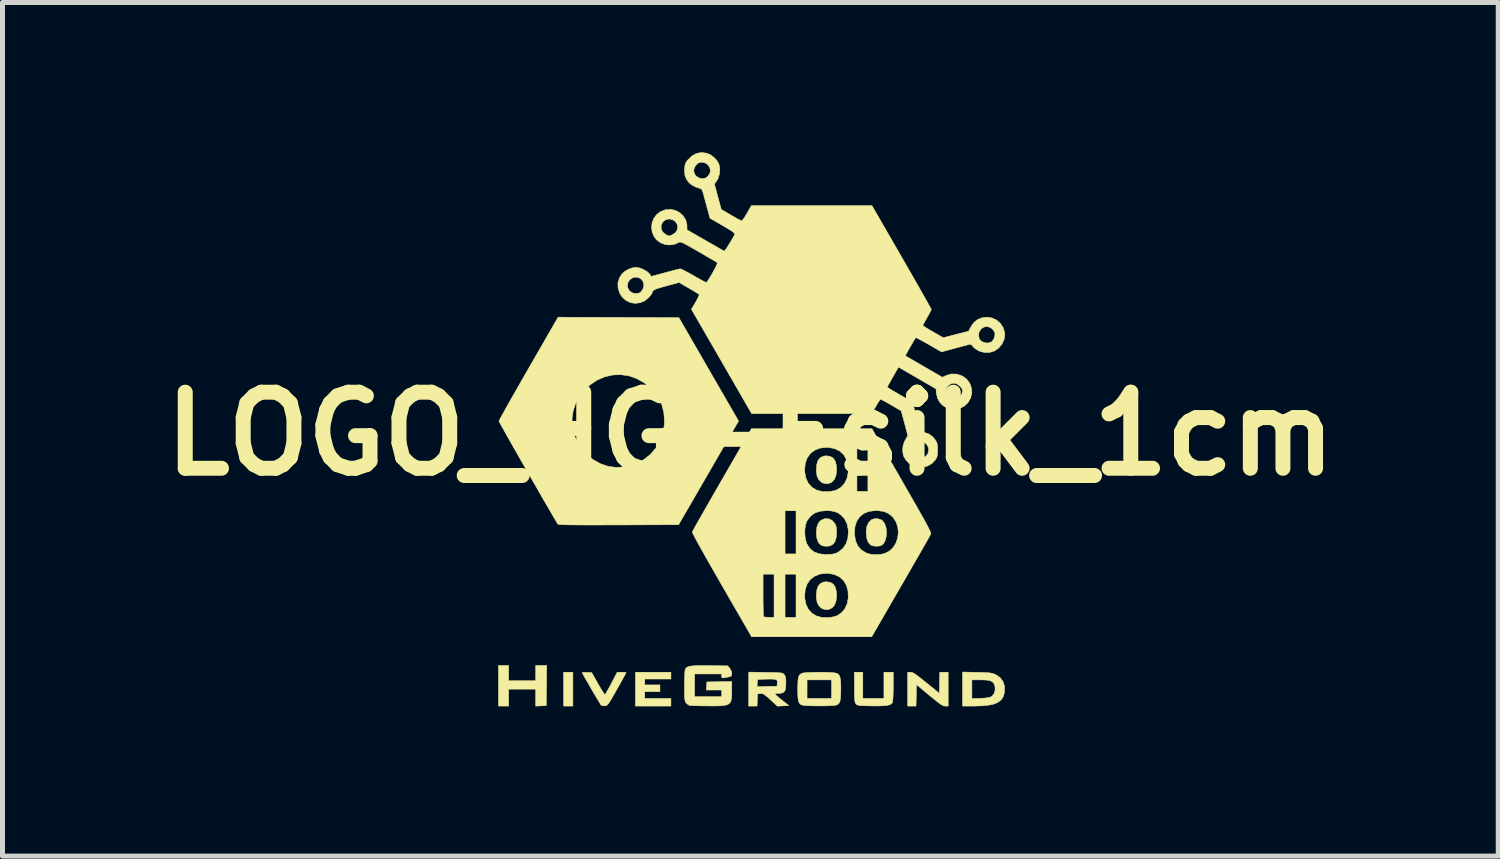
<source format=kicad_pcb>
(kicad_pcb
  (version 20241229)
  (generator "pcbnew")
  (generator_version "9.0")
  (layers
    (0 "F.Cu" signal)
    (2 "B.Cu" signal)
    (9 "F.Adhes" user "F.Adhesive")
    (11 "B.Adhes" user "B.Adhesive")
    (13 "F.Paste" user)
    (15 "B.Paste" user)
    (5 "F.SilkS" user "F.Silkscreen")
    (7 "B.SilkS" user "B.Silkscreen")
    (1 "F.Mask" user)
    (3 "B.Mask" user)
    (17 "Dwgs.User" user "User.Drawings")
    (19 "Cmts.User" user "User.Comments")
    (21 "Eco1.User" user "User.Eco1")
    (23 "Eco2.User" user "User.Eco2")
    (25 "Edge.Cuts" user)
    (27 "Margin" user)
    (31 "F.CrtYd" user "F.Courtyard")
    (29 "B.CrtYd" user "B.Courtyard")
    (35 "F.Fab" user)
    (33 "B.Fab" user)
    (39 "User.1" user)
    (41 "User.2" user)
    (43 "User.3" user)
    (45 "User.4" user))
  (footprint "LOGO_HG-Fsilk_1cm"
    (layer "F.Cu")
    (at 11.982 5.641)
    (property "Reference" "LOGO_HG-Fsilk_1cm" (at 0 0 0) (layer "F.SilkS") (effects (font (size 1.524 1.524) (thickness 0.3))))
    (attr through_hole)
    (fp_poly (pts (xy -3.556 5.453) (xy -3.742 5.453) (xy -3.742 4.775) (xy -3.556 4.775) (xy -3.556 5.453)) (stroke (width 0.01) (type solid)) (fill yes) (layer "F.SilkS"))
    (fp_poly (pts (xy -1.592 4.911) (xy -2.117 4.911) (xy -2.117 5.029) (xy -1.812 5.029) (xy -1.812 5.165) (xy -2.117 5.165) (xy -2.117 5.3) (xy -1.592 5.3) (xy -1.592 5.453) (xy -2.303 5.453) (xy -2.303 4.775) (xy -1.592 4.775) (xy -1.592 4.911)) (stroke (width 0.01) (type solid)) (fill yes) (layer "F.SilkS"))
    (fp_poly (pts (xy -4.843 4.945) (xy -4.301 4.945) (xy -4.301 4.64) (xy -4.08 4.64) (xy -4.085 5.042) (xy -4.089 5.444) (xy -4.195 5.449) (xy -4.301 5.454) (xy -4.301 5.114) (xy -4.843 5.114) (xy -4.843 5.453) (xy -5.046 5.453) (xy -5.046 4.64) (xy -4.843 4.64) (xy -4.843 4.945)) (stroke (width 0.01) (type solid)) (fill yes) (layer "F.SilkS"))
    (fp_poly (pts (xy 1.604 0.453) (xy 1.663 0.49) (xy 1.703 0.554) (xy 1.724 0.646) (xy 1.727 0.719) (xy 1.716 0.824) (xy 1.685 0.907) (xy 1.635 0.964) (xy 1.568 0.995) (xy 1.524 0.999) (xy 1.457 0.986) (xy 1.416 0.964) (xy 1.365 0.911) (xy 1.335 0.845) (xy 1.322 0.758) (xy 1.321 0.719) (xy 1.33 0.61) (xy 1.357 0.528) (xy 1.404 0.474) (xy 1.471 0.445) (xy 1.524 0.44) (xy 1.604 0.453)) (stroke (width 0.01) (type solid)) (fill yes) (layer "F.SilkS"))
    (fp_poly (pts (xy 1.604 2.976) (xy 1.663 3.013) (xy 1.703 3.077) (xy 1.724 3.169) (xy 1.727 3.242) (xy 1.716 3.347) (xy 1.685 3.43) (xy 1.635 3.487) (xy 1.568 3.518) (xy 1.524 3.522) (xy 1.457 3.509) (xy 1.416 3.487) (xy 1.365 3.434) (xy 1.335 3.368) (xy 1.322 3.281) (xy 1.321 3.242) (xy 1.33 3.133) (xy 1.357 3.051) (xy 1.404 2.997) (xy 1.471 2.968) (xy 1.524 2.963) (xy 1.604 2.976)) (stroke (width 0.01) (type solid)) (fill yes) (layer "F.SilkS"))
    (fp_poly (pts (xy 1.577 1.704) (xy 1.64 1.738) (xy 1.689 1.793) (xy 1.711 1.835) (xy 1.723 1.882) (xy 1.727 1.948) (xy 1.727 1.967) (xy 1.719 2.078) (xy 1.694 2.159) (xy 1.651 2.215) (xy 1.589 2.245) (xy 1.524 2.252) (xy 1.464 2.246) (xy 1.415 2.229) (xy 1.407 2.225) (xy 1.361 2.172) (xy 1.332 2.092) (xy 1.321 1.988) (xy 1.321 1.981) (xy 1.331 1.871) (xy 1.362 1.788) (xy 1.413 1.732) (xy 1.484 1.702) (xy 1.502 1.7) (xy 1.577 1.704)) (stroke (width 0.01) (type solid)) (fill yes) (layer "F.SilkS"))
    (fp_poly (pts (xy 2.563 1.703) (xy 2.623 1.723) (xy 2.645 1.738) (xy 2.689 1.797) (xy 2.716 1.874) (xy 2.727 1.961) (xy 2.722 2.05) (xy 2.702 2.132) (xy 2.667 2.198) (xy 2.636 2.227) (xy 2.587 2.246) (xy 2.523 2.251) (xy 2.458 2.244) (xy 2.408 2.225) (xy 2.407 2.225) (xy 2.36 2.171) (xy 2.331 2.091) (xy 2.32 1.981) (xy 2.32 1.967) (xy 2.331 1.862) (xy 2.364 1.782) (xy 2.42 1.725) (xy 2.439 1.714) (xy 2.496 1.699) (xy 2.563 1.703)) (stroke (width 0.01) (type solid)) (fill yes) (layer "F.SilkS"))
    (fp_poly (pts (xy 3.231 4.778) (xy 3.259 4.789) (xy 3.296 4.81) (xy 3.345 4.845) (xy 3.41 4.895) (xy 3.496 4.964) (xy 3.525 4.987) (xy 3.785 5.198) (xy 3.789 4.987) (xy 3.794 4.775) (xy 3.962 4.775) (xy 3.962 5.453) (xy 3.903 5.453) (xy 3.879 5.45) (xy 3.852 5.44) (xy 3.818 5.421) (xy 3.773 5.389) (xy 3.713 5.342) (xy 3.633 5.277) (xy 3.585 5.238) (xy 3.327 5.023) (xy 3.323 5.238) (xy 3.318 5.453) (xy 3.15 5.453) (xy 3.15 4.775) (xy 3.207 4.775) (xy 3.231 4.778)) (stroke (width 0.01) (type solid)) (fill yes) (layer "F.SilkS"))
    (fp_poly (pts (xy 2.252 5.3) (xy 2.675 5.3) (xy 2.675 4.775) (xy 2.862 4.775) (xy 2.862 5.064) (xy 2.861 5.162) (xy 2.858 5.249) (xy 2.854 5.319) (xy 2.849 5.367) (xy 2.845 5.384) (xy 2.824 5.409) (xy 2.789 5.427) (xy 2.735 5.44) (xy 2.659 5.447) (xy 2.556 5.451) (xy 2.466 5.451) (xy 2.373 5.449) (xy 2.291 5.447) (xy 2.226 5.445) (xy 2.185 5.442) (xy 2.176 5.44) (xy 2.144 5.431) (xy 2.121 5.417) (xy 2.104 5.395) (xy 2.093 5.359) (xy 2.087 5.305) (xy 2.084 5.228) (xy 2.083 5.124) (xy 2.083 5.077) (xy 2.083 4.775) (xy 2.252 4.775) (xy 2.252 5.3)) (stroke (width 0.01) (type solid)) (fill yes) (layer "F.SilkS"))
    (fp_poly (pts (xy 4.542 4.778) (xy 4.65 4.781) (xy 4.731 4.784) (xy 4.79 4.788) (xy 4.833 4.795) (xy 4.868 4.804) (xy 4.901 4.817) (xy 4.919 4.826) (xy 5.004 4.885) (xy 5.062 4.964) (xy 5.091 5.059) (xy 5.091 5.167) (xy 5.089 5.181) (xy 5.066 5.26) (xy 5.028 5.323) (xy 4.97 5.372) (xy 4.89 5.409) (xy 4.785 5.433) (xy 4.653 5.448) (xy 4.491 5.453) (xy 4.477 5.453) (xy 4.25 5.453) (xy 4.25 4.928) (xy 4.437 4.928) (xy 4.437 5.304) (xy 4.611 5.298) (xy 4.705 5.292) (xy 4.771 5.283) (xy 4.815 5.27) (xy 4.83 5.262) (xy 4.876 5.213) (xy 4.901 5.146) (xy 4.901 5.07) (xy 4.895 5.044) (xy 4.875 4.997) (xy 4.845 4.965) (xy 4.798 4.944) (xy 4.73 4.932) (xy 4.636 4.928) (xy 4.607 4.928) (xy 4.437 4.928) (xy 4.25 4.928) (xy 4.25 4.771) (xy 4.542 4.778)) (stroke (width 0.01) (type solid)) (fill yes) (layer "F.SilkS"))
    (fp_poly (pts (xy -2.529 4.776) (xy -2.496 4.779) (xy -2.489 4.782) (xy -2.497 4.798) (xy -2.519 4.839) (xy -2.554 4.902) (xy -2.597 4.98) (xy -2.648 5.071) (xy -2.674 5.117) (xy -2.734 5.223) (xy -2.78 5.303) (xy -2.815 5.362) (xy -2.842 5.402) (xy -2.863 5.427) (xy -2.881 5.44) (xy -2.898 5.447) (xy -2.917 5.449) (xy -2.963 5.447) (xy -2.992 5.433) (xy -2.992 5.432) (xy -3.007 5.41) (xy -3.034 5.365) (xy -3.072 5.303) (xy -3.116 5.227) (xy -3.165 5.145) (xy -3.214 5.06) (xy -3.261 4.978) (xy -3.304 4.904) (xy -3.338 4.844) (xy -3.361 4.802) (xy -3.37 4.784) (xy -3.37 4.784) (xy -3.354 4.779) (xy -3.315 4.777) (xy -3.274 4.779) (xy -3.178 4.784) (xy -3.052 5.008) (xy -3.007 5.085) (xy -2.968 5.149) (xy -2.937 5.196) (xy -2.917 5.221) (xy -2.912 5.224) (xy -2.899 5.206) (xy -2.875 5.164) (xy -2.841 5.103) (xy -2.801 5.029) (xy -2.783 4.995) (xy -2.668 4.775) (xy -2.578 4.775) (xy -2.529 4.776)) (stroke (width 0.01) (type solid)) (fill yes) (layer "F.SilkS"))
    (fp_poly (pts (xy 1.446 4.776) (xy 1.542 4.778) (xy 1.624 4.782) (xy 1.686 4.788) (xy 1.713 4.793) (xy 1.75 4.808) (xy 1.776 4.832) (xy 1.794 4.871) (xy 1.805 4.93) (xy 1.811 5.013) (xy 1.812 5.114) (xy 1.81 5.223) (xy 1.804 5.304) (xy 1.793 5.361) (xy 1.774 5.398) (xy 1.747 5.422) (xy 1.713 5.435) (xy 1.672 5.441) (xy 1.605 5.446) (xy 1.52 5.449) (xy 1.423 5.45) (xy 1.323 5.45) (xy 1.227 5.448) (xy 1.143 5.445) (xy 1.078 5.44) (xy 1.04 5.434) (xy 1.006 5.42) (xy 0.981 5.395) (xy 0.965 5.356) (xy 0.954 5.298) (xy 0.949 5.215) (xy 0.948 5.114) (xy 0.95 5.005) (xy 0.954 4.928) (xy 1.135 4.928) (xy 1.135 5.3) (xy 1.626 5.3) (xy 1.626 4.928) (xy 1.135 4.928) (xy 0.954 4.928) (xy 0.955 4.926) (xy 0.965 4.87) (xy 0.982 4.832) (xy 1.008 4.809) (xy 1.043 4.794) (xy 1.048 4.792) (xy 1.091 4.786) (xy 1.161 4.781) (xy 1.248 4.777) (xy 1.346 4.776) (xy 1.446 4.776)) (stroke (width 0.01) (type solid)) (fill yes) (layer "F.SilkS"))
    (fp_poly (pts (xy 0.306 4.778) (xy 0.422 4.78) (xy 0.508 4.782) (xy 0.57 4.785) (xy 0.613 4.789) (xy 0.641 4.795) (xy 0.659 4.803) (xy 0.671 4.815) (xy 0.679 4.824) (xy 0.696 4.853) (xy 0.706 4.893) (xy 0.711 4.953) (xy 0.711 4.997) (xy 0.707 5.084) (xy 0.693 5.143) (xy 0.665 5.178) (xy 0.62 5.195) (xy 0.567 5.199) (xy 0.522 5.201) (xy 0.495 5.207) (xy 0.492 5.211) (xy 0.505 5.226) (xy 0.539 5.257) (xy 0.588 5.299) (xy 0.632 5.334) (xy 0.77 5.444) (xy 0.655 5.449) (xy 0.54 5.454) (xy 0.401 5.326) (xy 0.339 5.269) (xy 0.294 5.233) (xy 0.261 5.212) (xy 0.233 5.203) (xy 0.204 5.202) (xy 0.203 5.203) (xy 0.144 5.207) (xy 0.139 5.33) (xy 0.134 5.453) (xy -0.034 5.453) (xy -0.034 5.064) (xy 0.133 5.064) (xy 0.533 5.055) (xy 0.539 4.992) (xy 0.539 4.958) (xy 0.531 4.935) (xy 0.508 4.921) (xy 0.467 4.914) (xy 0.402 4.912) (xy 0.308 4.914) (xy 0.305 4.914) (xy 0.144 4.919) (xy 0.139 4.992) (xy 0.133 5.064) (xy -0.034 5.064) (xy -0.034 4.773) (xy 0.306 4.778)) (stroke (width 0.01) (type solid)) (fill yes) (layer "F.SilkS"))
    (fp_poly (pts (xy -0.876 4.642) (xy -0.807 4.643) (xy -0.454 4.648) (xy -0.413 4.696) (xy -0.379 4.757) (xy -0.373 4.8) (xy -0.377 4.84) (xy -0.395 4.859) (xy -0.423 4.867) (xy -0.481 4.878) (xy -0.525 4.887) (xy -0.56 4.89) (xy -0.574 4.877) (xy -0.576 4.853) (xy -0.576 4.809) (xy -1.118 4.809) (xy -1.118 5.266) (xy -0.576 5.266) (xy -0.576 5.131) (xy -0.882 5.131) (xy -0.877 5.05) (xy -0.872 4.97) (xy -0.622 4.965) (xy -0.373 4.961) (xy -0.373 5.138) (xy -0.373 5.23) (xy -0.378 5.302) (xy -0.391 5.357) (xy -0.416 5.396) (xy -0.456 5.423) (xy -0.514 5.439) (xy -0.596 5.448) (xy -0.703 5.451) (xy -0.841 5.45) (xy -0.85 5.45) (xy -0.954 5.449) (xy -1.049 5.447) (xy -1.128 5.445) (xy -1.185 5.443) (xy -1.214 5.441) (xy -1.215 5.441) (xy -1.252 5.422) (xy -1.287 5.39) (xy -1.299 5.371) (xy -1.308 5.349) (xy -1.314 5.318) (xy -1.318 5.271) (xy -1.32 5.205) (xy -1.321 5.113) (xy -1.321 5.053) (xy -1.32 4.954) (xy -1.317 4.864) (xy -1.314 4.79) (xy -1.309 4.738) (xy -1.305 4.718) (xy -1.291 4.693) (xy -1.267 4.674) (xy -1.23 4.66) (xy -1.177 4.65) (xy -1.103 4.644) (xy -1.004 4.642) (xy -0.876 4.642)) (stroke (width 0.01) (type solid)) (fill yes) (layer "F.SilkS"))
    (fp_poly (pts (xy -1.433 -2.328) (xy -0.835 -1.292) (xy -0.237 -0.257) (xy -0.837 0.782) (xy -1.438 1.82) (xy -2.639 1.825) (xy -2.879 1.825) (xy -3.087 1.826) (xy -3.266 1.826) (xy -3.416 1.825) (xy -3.541 1.824) (xy -3.642 1.823) (xy -3.721 1.821) (xy -3.78 1.819) (xy -3.82 1.816) (xy -3.845 1.812) (xy -3.856 1.808) (xy -3.856 1.808) (xy -3.871 1.785) (xy -3.9 1.737) (xy -3.942 1.666) (xy -3.995 1.575) (xy -4.058 1.466) (xy -4.13 1.343) (xy -4.207 1.209) (xy -4.289 1.066) (xy -4.374 0.918) (xy -4.461 0.767) (xy -4.547 0.616) (xy -4.632 0.468) (xy -4.712 0.327) (xy -4.788 0.194) (xy -4.856 0.073) (xy -4.916 -0.034) (xy -4.966 -0.122) (xy -5.004 -0.191) (xy -5.028 -0.235) (xy -5.037 -0.254) (xy -5.037 -0.254) (xy -5.029 -0.273) (xy -5.012 -0.305) (xy -3.573 -0.305) (xy -3.568 -0.143) (xy -3.532 0.017) (xy -3.466 0.17) (xy -3.37 0.314) (xy -3.296 0.397) (xy -3.157 0.513) (xy -3.006 0.598) (xy -2.847 0.652) (xy -2.68 0.672) (xy -2.506 0.66) (xy -2.464 0.652) (xy -2.294 0.6) (xy -2.142 0.521) (xy -2.009 0.417) (xy -1.899 0.292) (xy -1.813 0.148) (xy -1.754 -0.011) (xy -1.724 -0.182) (xy -1.721 -0.262) (xy -1.735 -0.433) (xy -1.775 -0.587) (xy -1.845 -0.728) (xy -1.947 -0.861) (xy -1.99 -0.907) (xy -2.126 -1.022) (xy -2.274 -1.106) (xy -2.43 -1.161) (xy -2.592 -1.185) (xy -2.754 -1.18) (xy -2.914 -1.144) (xy -3.068 -1.078) (xy -3.212 -0.982) (xy -3.295 -0.908) (xy -3.41 -0.771) (xy -3.495 -0.623) (xy -3.549 -0.466) (xy -3.573 -0.305) (xy -5.012 -0.305) (xy -5.005 -0.318) (xy -4.967 -0.388) (xy -4.916 -0.48) (xy -4.854 -0.592) (xy -4.781 -0.72) (xy -4.699 -0.864) (xy -4.61 -1.02) (xy -4.515 -1.186) (xy -4.445 -1.308) (xy -3.852 -2.337) (xy -1.433 -2.328)) (stroke (width 0.01) (type solid)) (fill yes) (layer "F.SilkS"))
    (fp_poly (pts (xy 3.032 0.933) (xy 3.149 1.137) (xy 3.25 1.313) (xy 3.336 1.463) (xy 3.408 1.591) (xy 3.468 1.696) (xy 3.515 1.783) (xy 3.552 1.852) (xy 3.579 1.906) (xy 3.598 1.946) (xy 3.609 1.975) (xy 3.614 1.994) (xy 3.614 2.006) (xy 3.614 2.007) (xy 3.603 2.027) (xy 3.576 2.075) (xy 3.536 2.147) (xy 3.482 2.241) (xy 3.418 2.354) (xy 3.343 2.484) (xy 3.26 2.628) (xy 3.17 2.784) (xy 3.075 2.95) (xy 3.014 3.054) (xy 2.431 4.064) (xy 0.024 4.064) (xy -0.574 3.029) (xy -0.685 2.835) (xy -0.699 2.811) (xy 0.254 2.811) (xy 0.254 3.231) (xy 0.254 3.348) (xy 0.256 3.452) (xy 0.258 3.541) (xy 0.26 3.609) (xy 0.263 3.651) (xy 0.265 3.663) (xy 0.287 3.669) (xy 0.332 3.673) (xy 0.375 3.675) (xy 0.474 3.675) (xy 0.474 2.811) (xy 0.694 2.811) (xy 0.694 3.675) (xy 0.914 3.675) (xy 0.914 3.242) (xy 1.086 3.242) (xy 1.088 3.284) (xy 1.111 3.409) (xy 1.159 3.512) (xy 1.232 3.593) (xy 1.325 3.649) (xy 1.439 3.679) (xy 1.57 3.681) (xy 1.575 3.68) (xy 1.64 3.67) (xy 1.703 3.655) (xy 1.727 3.647) (xy 1.819 3.591) (xy 1.889 3.51) (xy 1.937 3.408) (xy 1.96 3.287) (xy 1.96 3.284) (xy 1.956 3.151) (xy 1.925 3.036) (xy 1.868 2.94) (xy 1.787 2.867) (xy 1.685 2.818) (xy 1.564 2.795) (xy 1.524 2.794) (xy 1.397 2.808) (xy 1.289 2.85) (xy 1.202 2.916) (xy 1.138 3.005) (xy 1.099 3.115) (xy 1.086 3.242) (xy 0.914 3.242) (xy 0.914 2.811) (xy 0.694 2.811) (xy 0.474 2.811) (xy 0.254 2.811) (xy -0.699 2.811) (xy -0.788 2.656) (xy -0.88 2.493) (xy -0.961 2.349) (xy -1.03 2.226) (xy -1.086 2.124) (xy -1.127 2.046) (xy -1.153 1.993) (xy -1.164 1.967) (xy -1.164 1.965) (xy -1.154 1.946) (xy -1.129 1.9) (xy -1.09 1.829) (xy -1.038 1.737) (xy -0.974 1.625) (xy -0.926 1.541) (xy 0.694 1.541) (xy 0.694 2.405) (xy 0.914 2.405) (xy 0.914 2.021) (xy 1.091 2.021) (xy 1.104 2.118) (xy 1.129 2.2) (xy 1.132 2.206) (xy 1.192 2.297) (xy 1.271 2.362) (xy 1.371 2.401) (xy 1.494 2.417) (xy 1.551 2.416) (xy 1.629 2.411) (xy 1.687 2.401) (xy 1.735 2.382) (xy 1.767 2.364) (xy 1.854 2.295) (xy 1.916 2.203) (xy 1.952 2.092) (xy 1.96 1.992) (xy 2.085 1.992) (xy 2.086 2.013) (xy 2.106 2.139) (xy 2.149 2.242) (xy 2.217 2.322) (xy 2.311 2.381) (xy 2.352 2.398) (xy 2.429 2.415) (xy 2.522 2.42) (xy 2.617 2.413) (xy 2.695 2.395) (xy 2.787 2.347) (xy 2.861 2.276) (xy 2.916 2.187) (xy 2.95 2.085) (xy 2.963 1.978) (xy 2.953 1.87) (xy 2.92 1.768) (xy 2.861 1.677) (xy 2.84 1.654) (xy 2.766 1.595) (xy 2.681 1.558) (xy 2.577 1.54) (xy 2.502 1.538) (xy 2.377 1.553) (xy 2.272 1.594) (xy 2.189 1.661) (xy 2.13 1.75) (xy 2.094 1.861) (xy 2.085 1.992) (xy 1.96 1.992) (xy 1.962 1.964) (xy 1.96 1.925) (xy 1.937 1.805) (xy 1.889 1.705) (xy 1.825 1.634) (xy 1.756 1.584) (xy 1.682 1.555) (xy 1.593 1.54) (xy 1.524 1.538) (xy 1.396 1.55) (xy 1.29 1.586) (xy 1.205 1.648) (xy 1.138 1.736) (xy 1.13 1.75) (xy 1.104 1.825) (xy 1.091 1.919) (xy 1.091 2.021) (xy 0.914 2.021) (xy 0.914 1.541) (xy 0.694 1.541) (xy -0.926 1.541) (xy -0.9 1.496) (xy -0.818 1.352) (xy -0.729 1.196) (xy -0.633 1.03) (xy -0.568 0.917) (xy -0.454 0.719) (xy 1.086 0.719) (xy 1.088 0.761) (xy 1.111 0.886) (xy 1.159 0.989) (xy 1.232 1.07) (xy 1.325 1.126) (xy 1.439 1.156) (xy 1.57 1.158) (xy 1.575 1.157) (xy 1.64 1.147) (xy 1.703 1.132) (xy 1.727 1.124) (xy 1.819 1.068) (xy 1.889 0.987) (xy 1.937 0.885) (xy 1.96 0.764) (xy 1.96 0.761) (xy 1.956 0.628) (xy 1.925 0.513) (xy 1.868 0.417) (xy 1.787 0.344) (xy 1.685 0.295) (xy 1.648 0.288) (xy 2.134 0.288) (xy 2.134 1.151) (xy 2.354 1.151) (xy 2.354 0.288) (xy 2.134 0.288) (xy 1.648 0.288) (xy 1.564 0.272) (xy 1.524 0.271) (xy 1.397 0.285) (xy 1.289 0.327) (xy 1.202 0.393) (xy 1.138 0.482) (xy 1.099 0.591) (xy 1.086 0.719) (xy -0.454 0.719) (xy 0.02 -0.102) (xy 2.435 -0.102) (xy 3.032 0.933)) (stroke (width 0.01) (type solid)) (fill yes) (layer "F.SilkS"))
    (fp_poly (pts (xy -0.87 -5.621) (xy -0.868 -5.621) (xy -0.792 -5.585) (xy -0.719 -5.528) (xy -0.659 -5.458) (xy -0.627 -5.393) (xy -0.612 -5.302) (xy -0.62 -5.203) (xy -0.65 -5.112) (xy -0.673 -5.072) (xy -0.721 -5.004) (xy -0.584 -4.497) (xy -0.389 -4.382) (xy -0.316 -4.34) (xy -0.252 -4.304) (xy -0.204 -4.279) (xy -0.177 -4.268) (xy -0.175 -4.267) (xy -0.159 -4.281) (xy -0.131 -4.318) (xy -0.095 -4.373) (xy -0.068 -4.42) (xy 0.019 -4.572) (xy 1.227 -4.572) (xy 2.435 -4.572) (xy 3.029 -3.542) (xy 3.128 -3.37) (xy 3.222 -3.207) (xy 3.309 -3.055) (xy 3.388 -2.916) (xy 3.458 -2.793) (xy 3.518 -2.687) (xy 3.565 -2.602) (xy 3.6 -2.54) (xy 3.619 -2.503) (xy 3.624 -2.493) (xy 3.616 -2.472) (xy 3.594 -2.428) (xy 3.563 -2.37) (xy 3.539 -2.328) (xy 3.503 -2.265) (xy 3.475 -2.213) (xy 3.458 -2.18) (xy 3.455 -2.17) (xy 3.469 -2.158) (xy 3.507 -2.133) (xy 3.564 -2.098) (xy 3.635 -2.057) (xy 3.659 -2.043) (xy 3.864 -1.926) (xy 4.045 -1.973) (xy 4.57 -1.973) (xy 4.584 -1.907) (xy 4.589 -1.896) (xy 4.63 -1.852) (xy 4.69 -1.826) (xy 4.756 -1.819) (xy 4.817 -1.835) (xy 4.839 -1.849) (xy 4.874 -1.896) (xy 4.896 -1.958) (xy 4.899 -2.017) (xy 4.899 -2.019) (xy 4.873 -2.074) (xy 4.824 -2.119) (xy 4.763 -2.146) (xy 4.73 -2.151) (xy 4.667 -2.135) (xy 4.616 -2.096) (xy 4.582 -2.039) (xy 4.57 -1.973) (xy 4.045 -1.973) (xy 4.372 -2.057) (xy 4.411 -2.134) (xy 4.475 -2.228) (xy 4.554 -2.292) (xy 4.652 -2.328) (xy 4.741 -2.337) (xy 4.843 -2.321) (xy 4.934 -2.277) (xy 5.01 -2.21) (xy 5.065 -2.125) (xy 5.094 -2.028) (xy 5.097 -1.983) (xy 5.081 -1.887) (xy 5.037 -1.795) (xy 4.971 -1.717) (xy 4.888 -1.661) (xy 4.792 -1.631) (xy 4.69 -1.63) (xy 4.592 -1.655) (xy 4.506 -1.704) (xy 4.463 -1.745) (xy 4.433 -1.778) (xy 4.409 -1.794) (xy 4.406 -1.795) (xy 4.385 -1.791) (xy 4.337 -1.779) (xy 4.267 -1.761) (xy 4.183 -1.738) (xy 4.109 -1.718) (xy 3.829 -1.642) (xy 3.574 -1.789) (xy 3.491 -1.836) (xy 3.418 -1.876) (xy 3.361 -1.907) (xy 3.324 -1.925) (xy 3.312 -1.929) (xy 3.3 -1.911) (xy 3.277 -1.872) (xy 3.246 -1.819) (xy 3.21 -1.757) (xy 3.174 -1.694) (xy 3.142 -1.637) (xy 3.118 -1.592) (xy 3.105 -1.567) (xy 3.104 -1.564) (xy 3.119 -1.555) (xy 3.159 -1.532) (xy 3.221 -1.496) (xy 3.3 -1.45) (xy 3.393 -1.396) (xy 3.477 -1.347) (xy 3.847 -1.133) (xy 3.919 -1.168) (xy 4.021 -1.199) (xy 4.127 -1.198) (xy 4.235 -1.164) (xy 4.252 -1.155) (xy 4.334 -1.094) (xy 4.394 -1.013) (xy 4.428 -0.919) (xy 4.435 -0.818) (xy 4.411 -0.718) (xy 4.41 -0.715) (xy 4.357 -0.624) (xy 4.286 -0.557) (xy 4.204 -0.514) (xy 4.115 -0.494) (xy 4.024 -0.496) (xy 3.937 -0.52) (xy 3.859 -0.565) (xy 3.794 -0.631) (xy 3.748 -0.716) (xy 3.728 -0.805) (xy 3.724 -0.836) (xy 3.913 -0.836) (xy 3.927 -0.775) (xy 3.942 -0.752) (xy 4.001 -0.699) (xy 4.066 -0.679) (xy 4.132 -0.691) (xy 4.183 -0.724) (xy 4.229 -0.786) (xy 4.245 -0.834) (xy 4.248 -0.875) (xy 4.237 -0.907) (xy 4.208 -0.943) (xy 4.195 -0.956) (xy 4.136 -1.001) (xy 4.078 -1.015) (xy 4.013 -1) (xy 4.004 -0.996) (xy 3.955 -0.957) (xy 3.924 -0.9) (xy 3.913 -0.836) (xy 3.724 -0.836) (xy 3.717 -0.902) (xy 3.412 -1.079) (xy 3.316 -1.135) (xy 3.224 -1.188) (xy 3.145 -1.234) (xy 3.082 -1.271) (xy 3.041 -1.294) (xy 3.037 -1.296) (xy 2.967 -1.337) (xy 2.855 -1.143) (xy 2.814 -1.07) (xy 2.779 -1.008) (xy 2.755 -0.962) (xy 2.744 -0.938) (xy 2.744 -0.936) (xy 2.758 -0.924) (xy 2.797 -0.898) (xy 2.856 -0.862) (xy 2.93 -0.819) (xy 2.995 -0.781) (xy 3.246 -0.64) (xy 3.319 -0.366) (xy 3.344 -0.273) (xy 3.367 -0.191) (xy 3.387 -0.124) (xy 3.4 -0.08) (xy 3.406 -0.066) (xy 3.43 -0.045) (xy 3.473 -0.03) (xy 3.483 -0.028) (xy 3.579 0.004) (xy 3.661 0.067) (xy 3.703 0.121) (xy 3.729 0.163) (xy 3.743 0.203) (xy 3.749 0.253) (xy 3.751 0.322) (xy 3.749 0.393) (xy 3.742 0.443) (xy 3.728 0.483) (xy 3.705 0.52) (xy 3.638 0.592) (xy 3.551 0.643) (xy 3.453 0.671) (xy 3.352 0.672) (xy 3.26 0.646) (xy 3.183 0.596) (xy 3.116 0.525) (xy 3.07 0.446) (xy 3.065 0.431) (xy 3.05 0.34) (xy 3.051 0.32) (xy 3.238 0.32) (xy 3.256 0.384) (xy 3.292 0.433) (xy 3.351 0.478) (xy 3.411 0.49) (xy 3.478 0.471) (xy 3.486 0.467) (xy 3.538 0.424) (xy 3.566 0.368) (xy 3.571 0.306) (xy 3.554 0.246) (xy 3.519 0.196) (xy 3.465 0.162) (xy 3.409 0.153) (xy 3.336 0.167) (xy 3.281 0.204) (xy 3.247 0.257) (xy 3.238 0.32) (xy 3.051 0.32) (xy 3.057 0.243) (xy 3.086 0.153) (xy 3.104 0.12) (xy 3.131 0.075) (xy 3.147 0.04) (xy 3.149 0.03) (xy 3.145 0.007) (xy 3.133 -0.043) (xy 3.115 -0.112) (xy 3.093 -0.194) (xy 3.084 -0.227) (xy 3.02 -0.462) (xy 2.82 -0.578) (xy 2.746 -0.621) (xy 2.683 -0.656) (xy 2.635 -0.681) (xy 2.61 -0.694) (xy 2.607 -0.694) (xy 2.594 -0.68) (xy 2.568 -0.643) (xy 2.535 -0.589) (xy 2.513 -0.55) (xy 2.432 -0.406) (xy 0.025 -0.406) (xy -0.578 -1.451) (xy -1.181 -2.495) (xy -1.097 -2.638) (xy -1.063 -2.7) (xy -1.038 -2.751) (xy -1.026 -2.785) (xy -1.027 -2.794) (xy -1.046 -2.807) (xy -1.089 -2.834) (xy -1.149 -2.87) (xy -1.221 -2.912) (xy -1.235 -2.92) (xy -1.428 -3.032) (xy -1.683 -2.963) (xy -1.786 -2.935) (xy -1.861 -2.912) (xy -1.912 -2.892) (xy -1.943 -2.874) (xy -1.959 -2.856) (xy -1.964 -2.835) (xy -1.964 -2.832) (xy -1.975 -2.809) (xy -2.003 -2.77) (xy -2.034 -2.734) (xy -2.118 -2.665) (xy -2.212 -2.626) (xy -2.309 -2.614) (xy -2.405 -2.63) (xy -2.493 -2.673) (xy -2.568 -2.741) (xy -2.614 -2.812) (xy -2.651 -2.919) (xy -2.652 -2.959) (xy -2.464 -2.959) (xy -2.456 -2.923) (xy -2.419 -2.859) (xy -2.36 -2.822) (xy -2.292 -2.811) (xy -2.239 -2.816) (xy -2.202 -2.837) (xy -2.177 -2.863) (xy -2.141 -2.927) (xy -2.134 -2.991) (xy -2.15 -3.051) (xy -2.187 -3.099) (xy -2.239 -3.131) (xy -2.303 -3.14) (xy -2.363 -3.125) (xy -2.42 -3.085) (xy -2.455 -3.026) (xy -2.464 -2.959) (xy -2.652 -2.959) (xy -2.654 -3.022) (xy -2.624 -3.122) (xy -2.578 -3.198) (xy -2.524 -3.249) (xy -2.449 -3.294) (xy -2.367 -3.325) (xy -2.294 -3.336) (xy -2.222 -3.324) (xy -2.144 -3.294) (xy -2.072 -3.252) (xy -2.021 -3.205) (xy -2.02 -3.203) (xy -1.984 -3.154) (xy -1.707 -3.229) (xy -1.614 -3.254) (xy -1.531 -3.276) (xy -1.465 -3.293) (xy -1.42 -3.304) (xy -1.405 -3.306) (xy -1.383 -3.299) (xy -1.337 -3.277) (xy -1.272 -3.243) (xy -1.195 -3.201) (xy -1.139 -3.17) (xy -1.058 -3.123) (xy -0.986 -3.083) (xy -0.93 -3.053) (xy -0.893 -3.035) (xy -0.883 -3.031) (xy -0.869 -3.045) (xy -0.843 -3.083) (xy -0.807 -3.14) (xy -0.766 -3.21) (xy -0.757 -3.226) (xy -0.708 -3.315) (xy -0.677 -3.378) (xy -0.663 -3.417) (xy -0.666 -3.433) (xy -0.686 -3.445) (xy -0.73 -3.471) (xy -0.796 -3.509) (xy -0.878 -3.557) (xy -0.972 -3.612) (xy -1.041 -3.652) (xy -1.153 -3.716) (xy -1.24 -3.766) (xy -1.304 -3.801) (xy -1.351 -3.824) (xy -1.384 -3.837) (xy -1.407 -3.842) (xy -1.422 -3.84) (xy -1.434 -3.835) (xy -1.518 -3.798) (xy -1.616 -3.783) (xy -1.707 -3.792) (xy -1.805 -3.831) (xy -1.882 -3.889) (xy -1.936 -3.964) (xy -1.969 -4.048) (xy -1.98 -4.138) (xy -1.975 -4.173) (xy -1.788 -4.173) (xy -1.786 -4.101) (xy -1.753 -4.038) (xy -1.693 -3.992) (xy -1.654 -3.972) (xy -1.63 -3.965) (xy -1.607 -3.97) (xy -1.57 -3.985) (xy -1.568 -3.986) (xy -1.505 -4.027) (xy -1.468 -4.082) (xy -1.456 -4.144) (xy -1.47 -4.206) (xy -1.51 -4.259) (xy -1.563 -4.292) (xy -1.632 -4.305) (xy -1.697 -4.289) (xy -1.751 -4.249) (xy -1.784 -4.189) (xy -1.788 -4.173) (xy -1.975 -4.173) (xy -1.969 -4.229) (xy -1.936 -4.314) (xy -1.882 -4.388) (xy -1.807 -4.448) (xy -1.71 -4.487) (xy -1.7 -4.489) (xy -1.597 -4.497) (xy -1.5 -4.476) (xy -1.414 -4.43) (xy -1.343 -4.364) (xy -1.294 -4.281) (xy -1.271 -4.186) (xy -1.27 -4.161) (xy -1.27 -4.088) (xy -0.904 -3.877) (xy -0.803 -3.819) (xy -0.711 -3.767) (xy -0.633 -3.722) (xy -0.573 -3.688) (xy -0.536 -3.667) (xy -0.524 -3.661) (xy -0.511 -3.673) (xy -0.486 -3.707) (xy -0.453 -3.757) (xy -0.416 -3.816) (xy -0.379 -3.878) (xy -0.346 -3.935) (xy -0.321 -3.981) (xy -0.312 -4.001) (xy -0.317 -4.015) (xy -0.34 -4.038) (xy -0.385 -4.07) (xy -0.454 -4.113) (xy -0.551 -4.17) (xy -0.556 -4.173) (xy -0.809 -4.319) (xy -0.863 -4.517) (xy -0.887 -4.606) (xy -0.91 -4.693) (xy -0.931 -4.768) (xy -0.943 -4.812) (xy -0.96 -4.868) (xy -0.976 -4.899) (xy -1 -4.914) (xy -1.022 -4.92) (xy -1.102 -4.947) (xy -1.177 -4.988) (xy -1.23 -5.032) (xy -1.283 -5.103) (xy -1.311 -5.179) (xy -1.319 -5.27) (xy -1.319 -5.272) (xy -1.135 -5.272) (xy -1.12 -5.208) (xy -1.081 -5.158) (xy -1.027 -5.125) (xy -0.964 -5.112) (xy -0.902 -5.123) (xy -0.855 -5.155) (xy -0.811 -5.217) (xy -0.801 -5.284) (xy -0.819 -5.345) (xy -0.862 -5.4) (xy -0.924 -5.434) (xy -0.992 -5.442) (xy -1.003 -5.441) (xy -1.058 -5.415) (xy -1.103 -5.366) (xy -1.13 -5.305) (xy -1.135 -5.272) (xy -1.319 -5.272) (xy -1.318 -5.302) (xy -1.312 -5.37) (xy -1.3 -5.417) (xy -1.277 -5.458) (xy -1.259 -5.481) (xy -1.174 -5.565) (xy -1.081 -5.617) (xy -0.979 -5.636) (xy -0.87 -5.621)) (stroke (width 0.01) (type solid)) (fill yes) (layer "F.SilkS")))
  (gr_rect
    (start -3 -3)
    (end 26.963 14.1)
    (stroke (width 0.1) (type default))
    (fill no)
    (layer "Edge.Cuts")))
</source>
